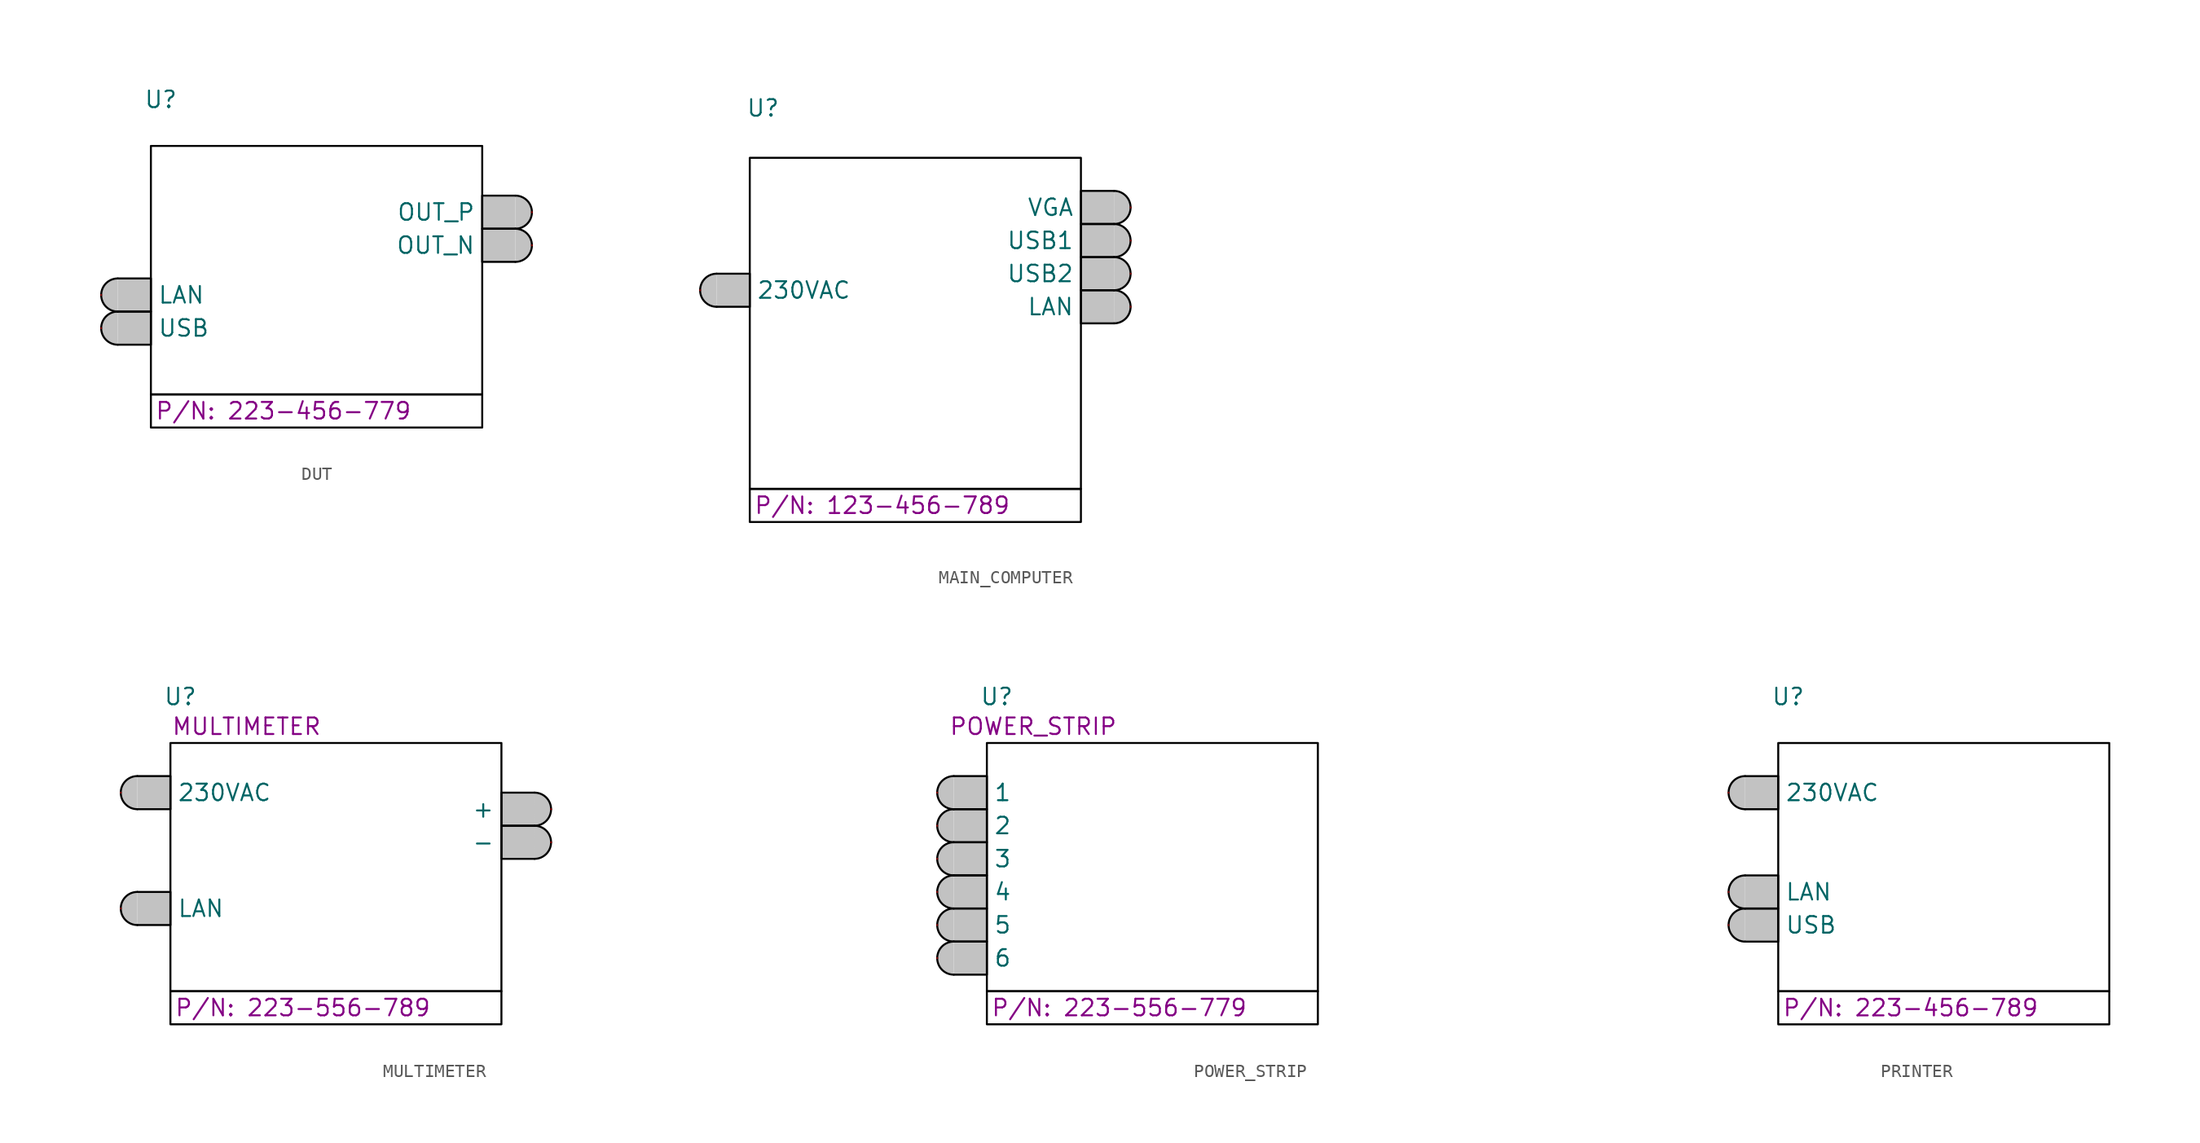
<source format=kicad_sym>
(kicad_symbol_lib
  (version 20231120)
  (generator "kicad_symbol_editor")
  (generator_version "8.0")
  (symbol "DUT"
    (pin_numbers hide)
    (pin_names
      (offset 4.318))
    (property "Reference" "U"
      (at -11.938 13.716 0)
      (effects (font (size 1.27 1.27))))
    (property "Value" ""
      (at -8.636 11.43 0)
      (effects (font (size 1.27 1.27))))
    (property "P/N" "223-456-779"
      (at -2.54 -10.16 0)
      (show_name)
      (effects (font (size 1.27 1.27))))
    (symbol "DUT_1_1"
      (arc (start -15.24 -2.54) (mid -16.51 -3.81) (end -15.24 -5.08) (stroke (width 0) (type default) (color 0 0 0 1)) (fill (type color) (color 194 194 194 1)))
      (arc (start -15.24 0) (mid -16.51 -1.27) (end -15.24 -2.54) (stroke (width 0) (type default) (color 0 0 0 1)) (fill (type color) (color 194 194 194 1)))
      (rectangle (start -12.7 -8.89) (end 12.7 -11.43) (stroke (width 0) (type default) (color 0 0 0 1)) (fill (type none)))
      (rectangle (start -12.7 10.16) (end 12.7 -8.89) (stroke (width 0) (type default) (color 0 0 0 1)) (fill (type none)))
      (polyline (pts (xy -15.24 -5.08) (xy -12.7 -5.08) (xy -12.7 -2.54) (xy -15.24 -2.54)) (stroke (width 0) (type default) (color 0 0 0 1)) (fill (type color) (color 194 194 194 1)))
      (polyline (pts (xy -15.24 -2.54) (xy -12.7 -2.54) (xy -12.7 0) (xy -15.24 0)) (stroke (width 0) (type default) (color 0 0 0 1)) (fill (type color) (color 194 194 194 1)))
      (polyline (pts (xy 15.24 3.81) (xy 12.7 3.81) (xy 12.7 1.27) (xy 15.24 1.27)) (stroke (width 0) (type default) (color 0 0 0 1)) (fill (type color) (color 194 194 194 1)))
      (polyline (pts (xy 15.24 6.35) (xy 12.7 6.35) (xy 12.7 3.81) (xy 15.24 3.81)) (stroke (width 0) (type default) (color 0 0 0 1)) (fill (type color) (color 194 194 194 1)))
      (arc (start 15.24 1.27) (mid 16.51 2.54) (end 15.24 3.81) (stroke (width 0) (type default) (color 0 0 0 1)) (fill (type color) (color 194 194 194 1)))
      (arc (start 15.24 3.81) (mid 16.51 5.08) (end 15.24 6.35) (stroke (width 0) (type default) (color 0 0 0 1)) (fill (type color) (color 194 194 194 1)))
      (pin unspecified line (at -16.51 -1.27 0) (length 0) (name "LAN" (effects (font (size 1.27 1.27)))) (number "1" (effects (font (size 1.27 1.27)))))
      (pin unspecified line (at -16.51 -3.81 0) (length 0) (name "USB" (effects (font (size 1.27 1.27)))) (number "2" (effects (font (size 1.27 1.27)))))
      (pin unspecified line (at 16.51 5.08 180) (length 0) (name "OUT_P" (effects (font (size 1.27 1.27)))) (number "3" (effects (font (size 1.27 1.27)))))
      (pin unspecified line (at 16.51 2.54 180) (length 0) (name "OUT_N" (effects (font (size 1.27 1.27)))) (number "4" (effects (font (size 1.27 1.27)))))))
  (symbol "MAIN_COMPUTER"
    (pin_numbers hide)
    (pin_names
      (offset 4.318))
    (property "Reference" "U"
      (at -10.414 17.78 0)
      (effects (font (size 1.27 1.27))))
    (property "Value" ""
      (at 31.75 13.97 0)
      (effects (font (size 1.27 1.27))))
    (property "P/N" "123-456-789"
      (at -1.27 -12.7 0)
      (show_name)
      (effects (font (size 1.27 1.27))))
    (symbol "MAIN_COMPUTER_1_1"
      (arc (start -13.97 5.08) (mid -15.24 3.81) (end -13.97 2.54) (stroke (width 0) (type default) (color 0 0 0 1)) (fill (type color) (color 194 194 194 1)))
      (rectangle (start -11.43 -11.43) (end 13.97 -13.97) (stroke (width 0) (type default) (color 0 0 0 1)) (fill (type none)))
      (rectangle (start -11.43 13.97) (end 13.97 -11.43) (stroke (width 0) (type default) (color 0 0 0 1)) (fill (type none)))
      (polyline (pts (xy -13.97 2.54) (xy -11.43 2.54) (xy -11.43 5.08) (xy -13.97 5.08)) (stroke (width 0) (type default) (color 0 0 0 1)) (fill (type color) (color 194 194 194 1)))
      (polyline (pts (xy 16.51 3.81) (xy 13.97 3.81) (xy 13.97 1.27) (xy 16.51 1.27)) (stroke (width 0) (type default) (color 0 0 0 1)) (fill (type color) (color 194 194 194 1)))
      (polyline (pts (xy 16.51 6.35) (xy 13.97 6.35) (xy 13.97 3.81) (xy 16.51 3.81)) (stroke (width 0) (type default) (color 0 0 0 1)) (fill (type color) (color 194 194 194 1)))
      (polyline (pts (xy 16.51 8.89) (xy 13.97 8.89) (xy 13.97 6.35) (xy 16.51 6.35)) (stroke (width 0) (type default) (color 0 0 0 1)) (fill (type color) (color 194 194 194 1)))
      (polyline (pts (xy 16.51 11.43) (xy 13.97 11.43) (xy 13.97 8.89) (xy 16.51 8.89)) (stroke (width 0) (type default) (color 0 0 0 1)) (fill (type color) (color 194 194 194 1)))
      (arc (start 16.51 1.27) (mid 17.78 2.54) (end 16.51 3.81) (stroke (width 0) (type default) (color 0 0 0 1)) (fill (type color) (color 194 194 194 1)))
      (arc (start 16.51 3.81) (mid 17.78 5.08) (end 16.51 6.35) (stroke (width 0) (type default) (color 0 0 0 1)) (fill (type color) (color 194 194 194 1)))
      (arc (start 16.51 6.35) (mid 17.78 7.62) (end 16.51 8.89) (stroke (width 0) (type default) (color 0 0 0 1)) (fill (type color) (color 194 194 194 1)))
      (arc (start 16.51 8.89) (mid 17.78 10.16) (end 16.51 11.43) (stroke (width 0) (type default) (color 0 0 0 1)) (fill (type color) (color 194 194 194 1)))
      (pin unspecified line (at -15.24 3.81 0) (length 0) (name "230VAC" (effects (font (size 1.27 1.27)))) (number "1" (effects (font (size 1.27 1.27)))))
      (pin unspecified line (at 17.78 10.16 180) (length 0) (name "VGA" (effects (font (size 1.27 1.27)))) (number "2" (effects (font (size 1.27 1.27)))))
      (pin unspecified line (at 17.78 7.62 180) (length 0) (name "USB1" (effects (font (size 1.27 1.27)))) (number "3" (effects (font (size 1.27 1.27)))))
      (pin unspecified line (at 17.78 5.08 180) (length 0) (name "USB2" (effects (font (size 1.27 1.27)))) (number "4" (effects (font (size 1.27 1.27)))))
      (pin unspecified line (at 17.78 2.54 180) (length 0) (name "LAN" (effects (font (size 1.27 1.27)))) (number "5" (effects (font (size 1.27 1.27)))))))
  (symbol "MULTIMETER"
    (pin_numbers hide)
    (pin_names
      (offset 4.318))
    (property "Reference" "U"
      (at -11.938 13.716 0)
      (effects (font (size 1.27 1.27))))
    (property "Value" ""
      (at 31.75 13.97 0)
      (effects (font (size 1.27 1.27))))
    (property "Description" "MULTIMETER"
      (at -6.858 11.43 0)
      (effects (font (size 1.27 1.27))))
    (property "P/N" "223-556-789"
      (at -2.54 -10.16 0)
      (show_name)
      (effects (font (size 1.27 1.27))))
    (symbol "MULTIMETER_1_1"
      (arc (start -15.24 -1.27) (mid -16.51 -2.54) (end -15.24 -3.81) (stroke (width 0) (type default) (color 0 0 0 1)) (fill (type color) (color 194 194 194 1)))
      (arc (start -15.24 7.62) (mid -16.51 6.35) (end -15.24 5.08) (stroke (width 0) (type default) (color 0 0 0 1)) (fill (type color) (color 194 194 194 1)))
      (rectangle (start -12.7 -8.89) (end 12.7 -11.43) (stroke (width 0) (type default) (color 0 0 0 1)) (fill (type none)))
      (rectangle (start -12.7 10.16) (end 12.7 -8.89) (stroke (width 0) (type default) (color 0 0 0 1)) (fill (type none)))
      (polyline (pts (xy -15.24 -3.81) (xy -12.7 -3.81) (xy -12.7 -1.27) (xy -15.24 -1.27)) (stroke (width 0) (type default) (color 0 0 0 1)) (fill (type color) (color 194 194 194 1)))
      (polyline (pts (xy -15.24 5.08) (xy -12.7 5.08) (xy -12.7 7.62) (xy -15.24 7.62)) (stroke (width 0) (type default) (color 0 0 0 1)) (fill (type color) (color 194 194 194 1)))
      (polyline (pts (xy 15.24 3.81) (xy 12.7 3.81) (xy 12.7 1.27) (xy 15.24 1.27)) (stroke (width 0) (type default) (color 0 0 0 1)) (fill (type color) (color 194 194 194 1)))
      (polyline (pts (xy 15.24 6.35) (xy 12.7 6.35) (xy 12.7 3.81) (xy 15.24 3.81)) (stroke (width 0) (type default) (color 0 0 0 1)) (fill (type color) (color 194 194 194 1)))
      (arc (start 15.24 1.27) (mid 16.51 2.54) (end 15.24 3.81) (stroke (width 0) (type default) (color 0 0 0 1)) (fill (type color) (color 194 194 194 1)))
      (arc (start 15.24 3.81) (mid 16.51 5.08) (end 15.24 6.35) (stroke (width 0) (type default) (color 0 0 0 1)) (fill (type color) (color 194 194 194 1)))
      (pin unspecified line (at -16.51 6.35 0) (length 0) (name "230VAC" (effects (font (size 1.27 1.27)))) (number "1" (effects (font (size 1.27 1.27)))))
      (pin unspecified line (at -16.51 -2.54 0) (length 0) (name "LAN" (effects (font (size 1.27 1.27)))) (number "2" (effects (font (size 1.27 1.27)))))
      (pin unspecified line (at 16.51 5.08 180) (length 0) (name "+" (effects (font (size 1.27 1.27)))) (number "3" (effects (font (size 1.27 1.27)))))
      (pin unspecified line (at 16.51 2.54 180) (length 0) (name "-" (effects (font (size 1.27 1.27)))) (number "4" (effects (font (size 1.27 1.27)))))))
  (symbol "POWER_STRIP"
    (pin_numbers hide)
    (pin_names
      (offset 4.318))
    (property "Reference" "U"
      (at -11.938 13.716 0)
      (effects (font (size 1.27 1.27))))
    (property "Value" ""
      (at 31.75 13.97 0)
      (effects (font (size 1.27 1.27))))
    (property "Description" "POWER_STRIP"
      (at -9.144 11.43 0)
      (effects (font (size 1.27 1.27))))
    (property "P/N" "223-556-779"
      (at -2.54 -10.16 0)
      (show_name)
      (effects (font (size 1.27 1.27))))
    (symbol "POWER_STRIP_1_1"
      (arc (start -15.24 -5.08) (mid -16.51 -6.35) (end -15.24 -7.62) (stroke (width 0) (type default) (color 0 0 0 1)) (fill (type color) (color 194 194 194 1)))
      (arc (start -15.24 -2.54) (mid -16.51 -3.81) (end -15.24 -5.08) (stroke (width 0) (type default) (color 0 0 0 1)) (fill (type color) (color 194 194 194 1)))
      (arc (start -15.24 0) (mid -16.51 -1.27) (end -15.24 -2.54) (stroke (width 0) (type default) (color 0 0 0 1)) (fill (type color) (color 194 194 194 1)))
      (arc (start -15.24 2.54) (mid -16.51 1.27) (end -15.24 0) (stroke (width 0) (type default) (color 0 0 0 1)) (fill (type color) (color 194 194 194 1)))
      (arc (start -15.24 5.08) (mid -16.51 3.81) (end -15.24 2.54) (stroke (width 0) (type default) (color 0 0 0 1)) (fill (type color) (color 194 194 194 1)))
      (arc (start -15.24 7.62) (mid -16.51 6.35) (end -15.24 5.08) (stroke (width 0) (type default) (color 0 0 0 1)) (fill (type color) (color 194 194 194 1)))
      (rectangle (start -12.7 -8.89) (end 12.7 -11.43) (stroke (width 0) (type default) (color 0 0 0 1)) (fill (type none)))
      (rectangle (start -12.7 10.16) (end 12.7 -8.89) (stroke (width 0) (type default) (color 0 0 0 1)) (fill (type none)))
      (polyline (pts (xy -15.24 -7.62) (xy -12.7 -7.62) (xy -12.7 -5.08) (xy -15.24 -5.08)) (stroke (width 0) (type default) (color 0 0 0 1)) (fill (type color) (color 194 194 194 1)))
      (polyline (pts (xy -15.24 -5.08) (xy -12.7 -5.08) (xy -12.7 -2.54) (xy -15.24 -2.54)) (stroke (width 0) (type default) (color 0 0 0 1)) (fill (type color) (color 194 194 194 1)))
      (polyline (pts (xy -15.24 -2.54) (xy -12.7 -2.54) (xy -12.7 0) (xy -15.24 0)) (stroke (width 0) (type default) (color 0 0 0 1)) (fill (type color) (color 194 194 194 1)))
      (polyline (pts (xy -15.24 0) (xy -12.7 0) (xy -12.7 2.54) (xy -15.24 2.54)) (stroke (width 0) (type default) (color 0 0 0 1)) (fill (type color) (color 194 194 194 1)))
      (polyline (pts (xy -15.24 2.54) (xy -12.7 2.54) (xy -12.7 5.08) (xy -15.24 5.08)) (stroke (width 0) (type default) (color 0 0 0 1)) (fill (type color) (color 194 194 194 1)))
      (polyline (pts (xy -15.24 5.08) (xy -12.7 5.08) (xy -12.7 7.62) (xy -15.24 7.62)) (stroke (width 0) (type default) (color 0 0 0 1)) (fill (type color) (color 194 194 194 1)))
      (pin unspecified line (at -16.51 6.35 0) (length 0) (name "1" (effects (font (size 1.27 1.27)))) (number "1" (effects (font (size 1.27 1.27)))))
      (pin unspecified line (at -16.51 3.81 0) (length 0) (name "2" (effects (font (size 1.27 1.27)))) (number "2" (effects (font (size 1.27 1.27)))))
      (pin unspecified line (at -16.51 1.27 0) (length 0) (name "3" (effects (font (size 1.27 1.27)))) (number "3" (effects (font (size 1.27 1.27)))))
      (pin unspecified line (at -16.51 -1.27 0) (length 0) (name "4" (effects (font (size 1.27 1.27)))) (number "4" (effects (font (size 1.27 1.27)))))
      (pin unspecified line (at -16.51 -3.81 0) (length 0) (name "5" (effects (font (size 1.27 1.27)))) (number "5" (effects (font (size 1.27 1.27)))))
      (pin unspecified line (at -16.51 -6.35 0) (length 0) (name "6" (effects (font (size 1.27 1.27)))) (number "6" (effects (font (size 1.27 1.27)))))))
  (symbol "PRINTER"
    (pin_numbers hide)
    (pin_names
      (offset 4.318))
    (property "Reference" "U"
      (at -11.938 13.716 0)
      (effects (font (size 1.27 1.27))))
    (property "Value" ""
      (at -8.636 11.43 0)
      (effects (font (size 1.27 1.27))))
    (property "P/N" "223-456-789"
      (at -2.54 -10.16 0)
      (show_name)
      (effects (font (size 1.27 1.27))))
    (symbol "PRINTER_1_1"
      (arc (start -15.24 -2.54) (mid -16.51 -3.81) (end -15.24 -5.08) (stroke (width 0) (type default) (color 0 0 0 1)) (fill (type color) (color 194 194 194 1)))
      (arc (start -15.24 0) (mid -16.51 -1.27) (end -15.24 -2.54) (stroke (width 0) (type default) (color 0 0 0 1)) (fill (type color) (color 194 194 194 1)))
      (arc (start -15.24 7.62) (mid -16.51 6.35) (end -15.24 5.08) (stroke (width 0) (type default) (color 0 0 0 1)) (fill (type color) (color 194 194 194 1)))
      (rectangle (start -12.7 -8.89) (end 12.7 -11.43) (stroke (width 0) (type default) (color 0 0 0 1)) (fill (type none)))
      (rectangle (start -12.7 10.16) (end 12.7 -8.89) (stroke (width 0) (type default) (color 0 0 0 1)) (fill (type none)))
      (polyline (pts (xy -15.24 -5.08) (xy -12.7 -5.08) (xy -12.7 -2.54) (xy -15.24 -2.54)) (stroke (width 0) (type default) (color 0 0 0 1)) (fill (type color) (color 194 194 194 1)))
      (polyline (pts (xy -15.24 -2.54) (xy -12.7 -2.54) (xy -12.7 0) (xy -15.24 0)) (stroke (width 0) (type default) (color 0 0 0 1)) (fill (type color) (color 194 194 194 1)))
      (polyline (pts (xy -15.24 5.08) (xy -12.7 5.08) (xy -12.7 7.62) (xy -15.24 7.62)) (stroke (width 0) (type default) (color 0 0 0 1)) (fill (type color) (color 194 194 194 1)))
      (pin unspecified line (at -16.51 6.35 0) (length 0) (name "230VAC" (effects (font (size 1.27 1.27)))) (number "1" (effects (font (size 1.27 1.27)))))
      (pin unspecified line (at -16.51 -1.27 0) (length 0) (name "LAN" (effects (font (size 1.27 1.27)))) (number "2" (effects (font (size 1.27 1.27)))))
      (pin unspecified line (at -16.51 -3.81 0) (length 0) (name "USB" (effects (font (size 1.27 1.27)))) (number "3" (effects (font (size 1.27 1.27))))))))
</source>
